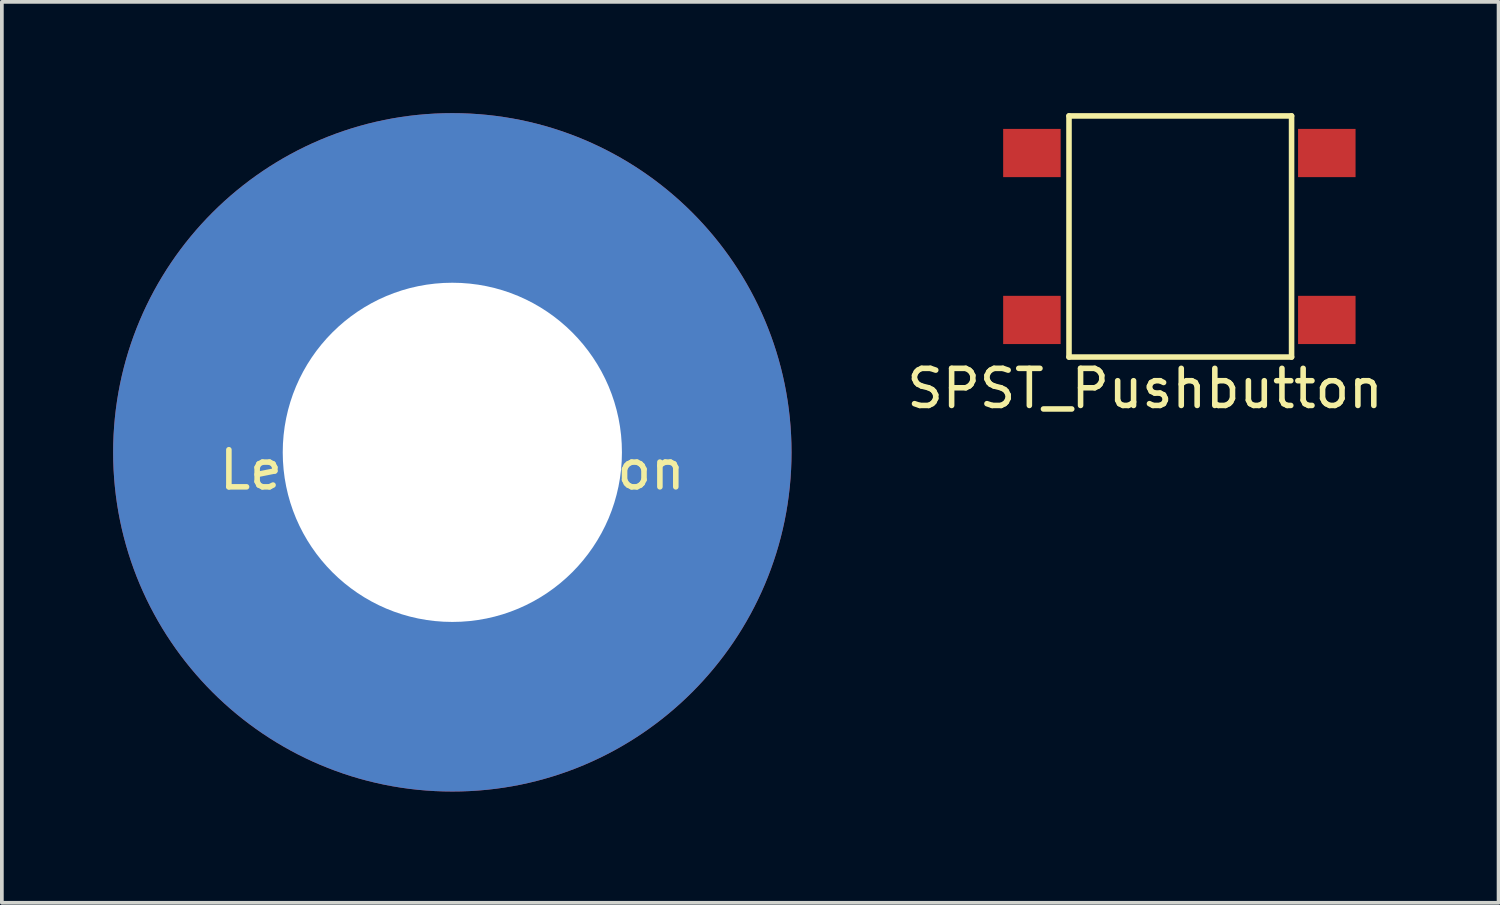
<source format=kicad_pcb>
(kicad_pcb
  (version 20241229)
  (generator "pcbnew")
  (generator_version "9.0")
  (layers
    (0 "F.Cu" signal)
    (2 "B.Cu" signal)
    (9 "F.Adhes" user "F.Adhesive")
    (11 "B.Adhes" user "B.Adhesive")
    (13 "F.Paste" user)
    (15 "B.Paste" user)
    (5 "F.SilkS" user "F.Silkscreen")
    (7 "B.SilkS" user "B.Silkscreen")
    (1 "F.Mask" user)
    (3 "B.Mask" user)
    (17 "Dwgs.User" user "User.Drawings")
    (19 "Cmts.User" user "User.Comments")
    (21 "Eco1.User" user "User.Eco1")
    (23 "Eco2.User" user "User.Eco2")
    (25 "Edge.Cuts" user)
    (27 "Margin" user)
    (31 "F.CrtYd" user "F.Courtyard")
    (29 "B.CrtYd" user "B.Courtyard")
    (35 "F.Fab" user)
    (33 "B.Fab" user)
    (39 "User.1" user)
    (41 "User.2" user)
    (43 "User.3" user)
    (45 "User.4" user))
  (footprint "Lead Connection"
    (layer "F.Cu")
    (at 9.144 9.119)
    (property "Reference" "Lead Connection" (at 0 0.5 0) (layer "F.SilkS") (effects (font (size 1 1) (thickness 0.15))))
    (attr through_hole)
    (pad "1" thru_hole circle (at 0 0.025) (size 18.288 18.288) (drill 9.144) (layers "*.Cu" "*.Mask")))
  (footprint "SPST_Pushbutton"
    (layer "F.Cu")
    (at 25.768 6.575)
    (property "Reference" "SPST_Pushbutton" (at 2.05 0.85 0) (layer "F.SilkS") (effects (font (size 1 1) (thickness 0.15))))
    (attr through_hole)
    (fp_line (start 0 -6.5) (end 0 0) (stroke (width 0.15) (type solid)) (layer "F.SilkS"))
    (fp_line (start 0 0) (end 6 0) (stroke (width 0.15) (type solid)) (layer "F.SilkS"))
    (fp_line (start 6 -6.5) (end 0 -6.5) (stroke (width 0.15) (type solid)) (layer "F.SilkS"))
    (fp_line (start 6 0) (end 6 -6.5) (stroke (width 0.15) (type solid)) (layer "F.SilkS"))
    (pad "1" smd rect (at -1 -5.5) (size 1.55 1.3) (layers "F.Cu" "F.Mask" "F.Paste"))
    (pad "1" smd rect (at 6.95 -5.5) (size 1.55 1.3) (layers "F.Cu" "F.Mask" "F.Paste"))
    (pad "2" smd rect (at -1 -1) (size 1.55 1.3) (layers "F.Cu" "F.Mask" "F.Paste"))
    (pad "2" smd rect (at 6.95 -1) (size 1.55 1.3) (layers "F.Cu" "F.Mask" "F.Paste")))
  (gr_rect
    (start -3 -3)
    (end 37.348 21.288)
    (stroke (width 0.1) (type default))
    (fill no)
    (layer "Edge.Cuts")))
</source>
